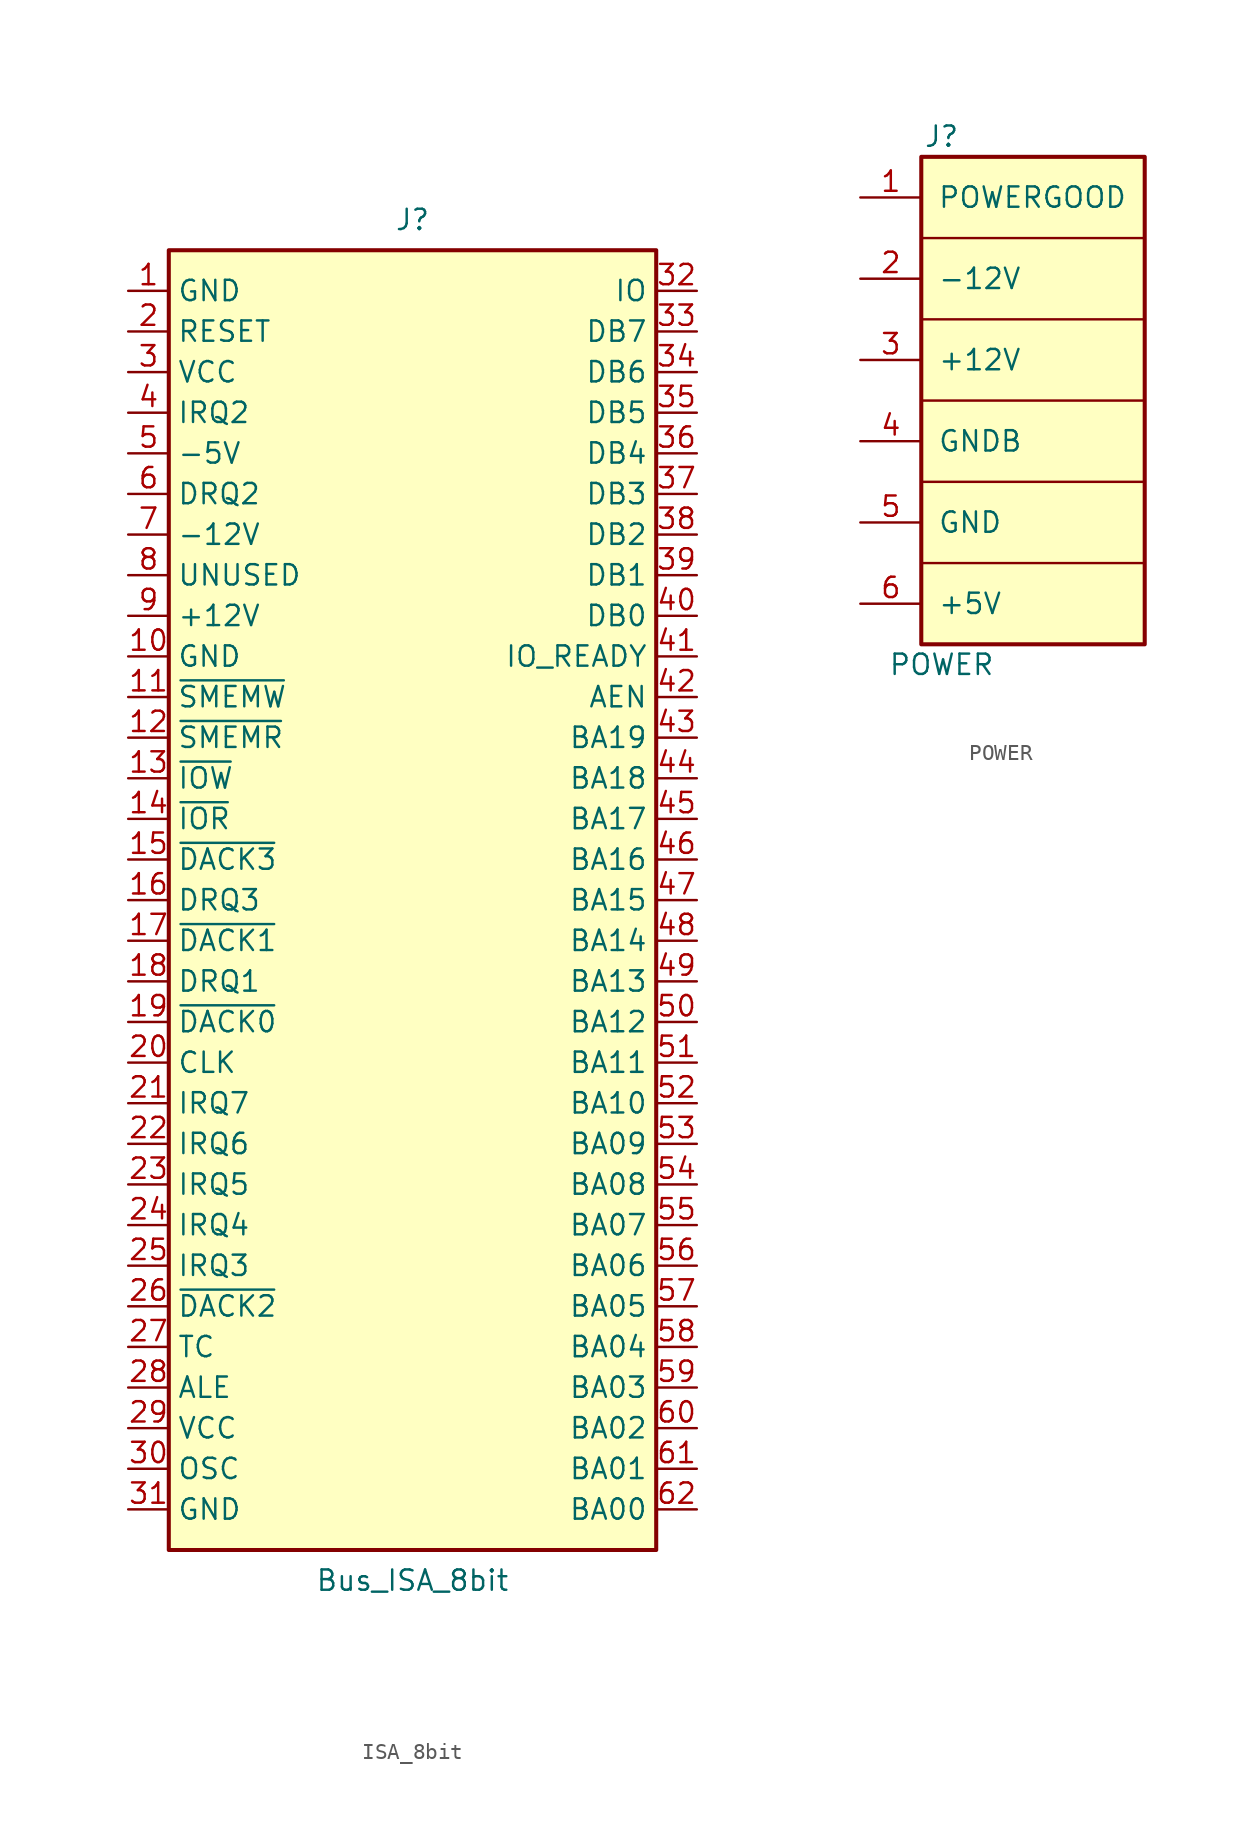
<source format=kicad_sym>
(kicad_symbol_lib
  (version 20220914)
  (generator kicad_symbol_editor)
  (symbol "ISA_8bit"
    (property "Reference" "J"
      (at 0 42.545 0)
      (effects (font (size 1.27 1.27))))
    (property "Value" "Bus_ISA_8bit"
      (at 0 -42.545 0)
      (effects (font (size 1.27 1.27))))
    (symbol "ISA_8bit_0_1"
      (rectangle (start -15.24 -40.64) (end 15.24 40.64) (stroke (width 0.254) (type default)) (fill (type background))))
    (symbol "ISA_8bit_1_1"
      (pin power_in line (at -17.78 38.1 0) (length 2.54) (name "GND" (effects (font (size 1.27 1.27)))) (number "1" (effects (font (size 1.27 1.27)))))
      (pin power_in line (at -17.78 15.24 0) (length 2.54) (name "GND" (effects (font (size 1.27 1.27)))) (number "10" (effects (font (size 1.27 1.27)))))
      (pin passive line (at -17.78 12.7 0) (length 2.54) (name "~{SMEMW}" (effects (font (size 1.27 1.27)))) (number "11" (effects (font (size 1.27 1.27)))))
      (pin passive line (at -17.78 10.16 0) (length 2.54) (name "~{SMEMR}" (effects (font (size 1.27 1.27)))) (number "12" (effects (font (size 1.27 1.27)))))
      (pin passive line (at -17.78 7.62 0) (length 2.54) (name "~{IOW}" (effects (font (size 1.27 1.27)))) (number "13" (effects (font (size 1.27 1.27)))))
      (pin passive line (at -17.78 5.08 0) (length 2.54) (name "~{IOR}" (effects (font (size 1.27 1.27)))) (number "14" (effects (font (size 1.27 1.27)))))
      (pin passive line (at -17.78 2.54 0) (length 2.54) (name "~{DACK3}" (effects (font (size 1.27 1.27)))) (number "15" (effects (font (size 1.27 1.27)))))
      (pin passive line (at -17.78 0 0) (length 2.54) (name "DRQ3" (effects (font (size 1.27 1.27)))) (number "16" (effects (font (size 1.27 1.27)))))
      (pin passive line (at -17.78 -2.54 0) (length 2.54) (name "~{DACK1}" (effects (font (size 1.27 1.27)))) (number "17" (effects (font (size 1.27 1.27)))))
      (pin passive line (at -17.78 -5.08 0) (length 2.54) (name "DRQ1" (effects (font (size 1.27 1.27)))) (number "18" (effects (font (size 1.27 1.27)))))
      (pin passive line (at -17.78 -7.62 0) (length 2.54) (name "~{DACK0}" (effects (font (size 1.27 1.27)))) (number "19" (effects (font (size 1.27 1.27)))))
      (pin passive line (at -17.78 35.56 0) (length 2.54) (name "RESET" (effects (font (size 1.27 1.27)))) (number "2" (effects (font (size 1.27 1.27)))))
      (pin passive line (at -17.78 -10.16 0) (length 2.54) (name "CLK" (effects (font (size 1.27 1.27)))) (number "20" (effects (font (size 1.27 1.27)))))
      (pin passive line (at -17.78 -12.7 0) (length 2.54) (name "IRQ7" (effects (font (size 1.27 1.27)))) (number "21" (effects (font (size 1.27 1.27)))))
      (pin passive line (at -17.78 -15.24 0) (length 2.54) (name "IRQ6" (effects (font (size 1.27 1.27)))) (number "22" (effects (font (size 1.27 1.27)))))
      (pin passive line (at -17.78 -17.78 0) (length 2.54) (name "IRQ5" (effects (font (size 1.27 1.27)))) (number "23" (effects (font (size 1.27 1.27)))))
      (pin passive line (at -17.78 -20.32 0) (length 2.54) (name "IRQ4" (effects (font (size 1.27 1.27)))) (number "24" (effects (font (size 1.27 1.27)))))
      (pin passive line (at -17.78 -22.86 0) (length 2.54) (name "IRQ3" (effects (font (size 1.27 1.27)))) (number "25" (effects (font (size 1.27 1.27)))))
      (pin passive line (at -17.78 -25.4 0) (length 2.54) (name "~{DACK2}" (effects (font (size 1.27 1.27)))) (number "26" (effects (font (size 1.27 1.27)))))
      (pin passive line (at -17.78 -27.94 0) (length 2.54) (name "TC" (effects (font (size 1.27 1.27)))) (number "27" (effects (font (size 1.27 1.27)))))
      (pin passive line (at -17.78 -30.48 0) (length 2.54) (name "ALE" (effects (font (size 1.27 1.27)))) (number "28" (effects (font (size 1.27 1.27)))))
      (pin power_in line (at -17.78 -33.02 0) (length 2.54) (name "VCC" (effects (font (size 1.27 1.27)))) (number "29" (effects (font (size 1.27 1.27)))))
      (pin power_in line (at -17.78 33.02 0) (length 2.54) (name "VCC" (effects (font (size 1.27 1.27)))) (number "3" (effects (font (size 1.27 1.27)))))
      (pin passive line (at -17.78 -35.56 0) (length 2.54) (name "OSC" (effects (font (size 1.27 1.27)))) (number "30" (effects (font (size 1.27 1.27)))))
      (pin power_in line (at -17.78 -38.1 0) (length 2.54) (name "GND" (effects (font (size 1.27 1.27)))) (number "31" (effects (font (size 1.27 1.27)))))
      (pin passive line (at 17.78 38.1 180) (length 2.54) (name "IO" (effects (font (size 1.27 1.27)))) (number "32" (effects (font (size 1.27 1.27)))))
      (pin tri_state line (at 17.78 35.56 180) (length 2.54) (name "DB7" (effects (font (size 1.27 1.27)))) (number "33" (effects (font (size 1.27 1.27)))))
      (pin tri_state line (at 17.78 33.02 180) (length 2.54) (name "DB6" (effects (font (size 1.27 1.27)))) (number "34" (effects (font (size 1.27 1.27)))))
      (pin tri_state line (at 17.78 30.48 180) (length 2.54) (name "DB5" (effects (font (size 1.27 1.27)))) (number "35" (effects (font (size 1.27 1.27)))))
      (pin tri_state line (at 17.78 27.94 180) (length 2.54) (name "DB4" (effects (font (size 1.27 1.27)))) (number "36" (effects (font (size 1.27 1.27)))))
      (pin tri_state line (at 17.78 25.4 180) (length 2.54) (name "DB3" (effects (font (size 1.27 1.27)))) (number "37" (effects (font (size 1.27 1.27)))))
      (pin tri_state line (at 17.78 22.86 180) (length 2.54) (name "DB2" (effects (font (size 1.27 1.27)))) (number "38" (effects (font (size 1.27 1.27)))))
      (pin tri_state line (at 17.78 20.32 180) (length 2.54) (name "DB1" (effects (font (size 1.27 1.27)))) (number "39" (effects (font (size 1.27 1.27)))))
      (pin passive line (at -17.78 30.48 0) (length 2.54) (name "IRQ2" (effects (font (size 1.27 1.27)))) (number "4" (effects (font (size 1.27 1.27)))))
      (pin tri_state line (at 17.78 17.78 180) (length 2.54) (name "DB0" (effects (font (size 1.27 1.27)))) (number "40" (effects (font (size 1.27 1.27)))))
      (pin passive line (at 17.78 15.24 180) (length 2.54) (name "IO_READY" (effects (font (size 1.27 1.27)))) (number "41" (effects (font (size 1.27 1.27)))))
      (pin passive line (at 17.78 12.7 180) (length 2.54) (name "AEN" (effects (font (size 1.27 1.27)))) (number "42" (effects (font (size 1.27 1.27)))))
      (pin tri_state line (at 17.78 10.16 180) (length 2.54) (name "BA19" (effects (font (size 1.27 1.27)))) (number "43" (effects (font (size 1.27 1.27)))))
      (pin tri_state line (at 17.78 7.62 180) (length 2.54) (name "BA18" (effects (font (size 1.27 1.27)))) (number "44" (effects (font (size 1.27 1.27)))))
      (pin tri_state line (at 17.78 5.08 180) (length 2.54) (name "BA17" (effects (font (size 1.27 1.27)))) (number "45" (effects (font (size 1.27 1.27)))))
      (pin tri_state line (at 17.78 2.54 180) (length 2.54) (name "BA16" (effects (font (size 1.27 1.27)))) (number "46" (effects (font (size 1.27 1.27)))))
      (pin tri_state line (at 17.78 0 180) (length 2.54) (name "BA15" (effects (font (size 1.27 1.27)))) (number "47" (effects (font (size 1.27 1.27)))))
      (pin tri_state line (at 17.78 -2.54 180) (length 2.54) (name "BA14" (effects (font (size 1.27 1.27)))) (number "48" (effects (font (size 1.27 1.27)))))
      (pin tri_state line (at 17.78 -5.08 180) (length 2.54) (name "BA13" (effects (font (size 1.27 1.27)))) (number "49" (effects (font (size 1.27 1.27)))))
      (pin power_in line (at -17.78 27.94 0) (length 2.54) (name "-5V" (effects (font (size 1.27 1.27)))) (number "5" (effects (font (size 1.27 1.27)))))
      (pin tri_state line (at 17.78 -7.62 180) (length 2.54) (name "BA12" (effects (font (size 1.27 1.27)))) (number "50" (effects (font (size 1.27 1.27)))))
      (pin tri_state line (at 17.78 -10.16 180) (length 2.54) (name "BA11" (effects (font (size 1.27 1.27)))) (number "51" (effects (font (size 1.27 1.27)))))
      (pin tri_state line (at 17.78 -12.7 180) (length 2.54) (name "BA10" (effects (font (size 1.27 1.27)))) (number "52" (effects (font (size 1.27 1.27)))))
      (pin tri_state line (at 17.78 -15.24 180) (length 2.54) (name "BA09" (effects (font (size 1.27 1.27)))) (number "53" (effects (font (size 1.27 1.27)))))
      (pin tri_state line (at 17.78 -17.78 180) (length 2.54) (name "BA08" (effects (font (size 1.27 1.27)))) (number "54" (effects (font (size 1.27 1.27)))))
      (pin tri_state line (at 17.78 -20.32 180) (length 2.54) (name "BA07" (effects (font (size 1.27 1.27)))) (number "55" (effects (font (size 1.27 1.27)))))
      (pin tri_state line (at 17.78 -22.86 180) (length 2.54) (name "BA06" (effects (font (size 1.27 1.27)))) (number "56" (effects (font (size 1.27 1.27)))))
      (pin tri_state line (at 17.78 -25.4 180) (length 2.54) (name "BA05" (effects (font (size 1.27 1.27)))) (number "57" (effects (font (size 1.27 1.27)))))
      (pin tri_state line (at 17.78 -27.94 180) (length 2.54) (name "BA04" (effects (font (size 1.27 1.27)))) (number "58" (effects (font (size 1.27 1.27)))))
      (pin tri_state line (at 17.78 -30.48 180) (length 2.54) (name "BA03" (effects (font (size 1.27 1.27)))) (number "59" (effects (font (size 1.27 1.27)))))
      (pin passive line (at -17.78 25.4 0) (length 2.54) (name "DRQ2" (effects (font (size 1.27 1.27)))) (number "6" (effects (font (size 1.27 1.27)))))
      (pin tri_state line (at 17.78 -33.02 180) (length 2.54) (name "BA02" (effects (font (size 1.27 1.27)))) (number "60" (effects (font (size 1.27 1.27)))))
      (pin tri_state line (at 17.78 -35.56 180) (length 2.54) (name "BA01" (effects (font (size 1.27 1.27)))) (number "61" (effects (font (size 1.27 1.27)))))
      (pin tri_state line (at 17.78 -38.1 180) (length 2.54) (name "BA00" (effects (font (size 1.27 1.27)))) (number "62" (effects (font (size 1.27 1.27)))))
      (pin power_in line (at -17.78 22.86 0) (length 2.54) (name "-12V" (effects (font (size 1.27 1.27)))) (number "7" (effects (font (size 1.27 1.27)))))
      (pin passive line (at -17.78 20.32 0) (length 2.54) (name "UNUSED" (effects (font (size 1.27 1.27)))) (number "8" (effects (font (size 1.27 1.27)))))
      (pin power_in line (at -17.78 17.78 0) (length 2.54) (name "+12V" (effects (font (size 1.27 1.27)))) (number "9" (effects (font (size 1.27 1.27)))))))
  (symbol "POWER"
    (pin_names
      (offset 1.016))
    (property "Reference" "J"
      (at 0 8.89 0)
      (effects (font (size 1.27 1.27))))
    (property "Value" "POWER"
      (at 0 -24.13 0)
      (effects (font (size 1.27 1.27))))
    (symbol "POWER_0_1"
      (polyline (pts (xy -1.27 -17.78) (xy 12.7 -17.78)) (stroke (width 0) (type default)) (fill (type none)))
      (polyline (pts (xy -1.27 -12.7) (xy 12.7 -12.7)) (stroke (width 0) (type default)) (fill (type none)))
      (polyline (pts (xy -1.27 -7.62) (xy 12.7 -7.62)) (stroke (width 0) (type default)) (fill (type none)))
      (polyline (pts (xy -1.27 -2.54) (xy 12.7 -2.54)) (stroke (width 0) (type default)) (fill (type none)))
      (polyline (pts (xy -1.27 2.54) (xy 12.7 2.54)) (stroke (width 0) (type default)) (fill (type none))))
    (symbol "POWER_1_1"
      (rectangle (start -1.27 7.62) (end 12.7 -22.86) (stroke (width 0.254) (type default)) (fill (type background)))
      (pin power_out line (at -5.08 5.08 0) (length 3.81) (name "POWERGOOD" (effects (font (size 1.27 1.27)))) (number "1" (effects (font (size 1.27 1.27)))))
      (pin power_out line (at -5.08 0 0) (length 3.81) (name "-12V" (effects (font (size 1.27 1.27)))) (number "2" (effects (font (size 1.27 1.27)))))
      (pin power_out line (at -5.08 -5.08 0) (length 3.81) (name "+12V" (effects (font (size 1.27 1.27)))) (number "3" (effects (font (size 1.27 1.27)))))
      (pin power_in line (at -5.08 -10.16 0) (length 3.81) (name "GNDB" (effects (font (size 1.27 1.27)))) (number "4" (effects (font (size 1.27 1.27)))))
      (pin power_out line (at -5.08 -15.24 0) (length 3.81) (name "GND" (effects (font (size 1.27 1.27)))) (number "5" (effects (font (size 1.27 1.27)))))
      (pin power_out line (at -5.08 -20.32 0) (length 3.81) (name "+5V" (effects (font (size 1.27 1.27)))) (number "6" (effects (font (size 1.27 1.27))))))))
</source>
